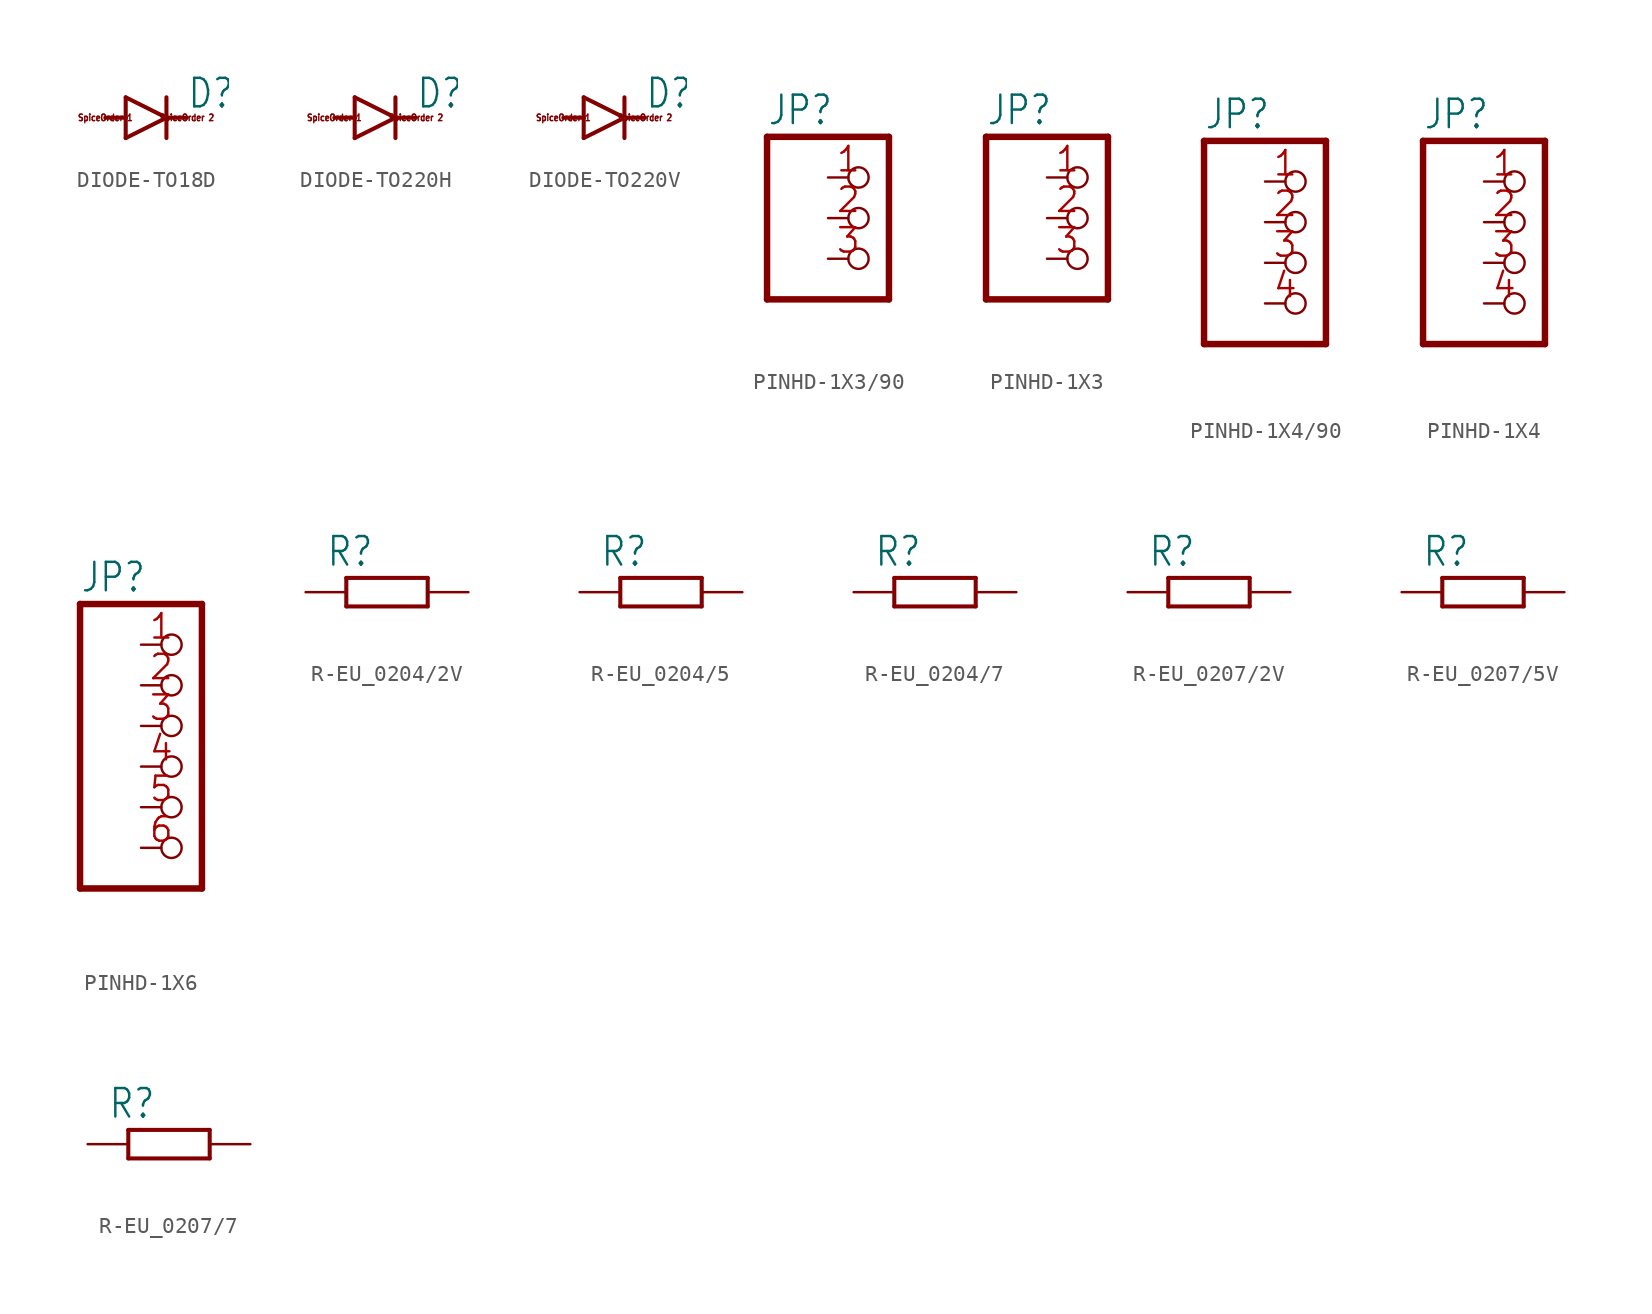
<source format=kicad_sym>
(kicad_symbol_lib
  (version 20241209)
  (generator "kicad_symbol_editor")
  (generator_version "9.0")
  (symbol "DIODE-TO18D"
    (property "Reference" "D"
      (at 2.54 0.483 0)
      (effects (font (size 1.778 1.511)) (justify left bottom)))
    (property "Value" ""
      (at 2.54 -2.311 0)
      (effects (font (size 1.778 1.511)) (justify left bottom)))
    (property "ki_locked" ""
      (at 0 0 0)
      (effects (font (size 1.27 1.27))))
    (symbol "DIODE-TO18D_1_0"
      (polyline (pts (xy -1.27 1.27) (xy -1.27 0)) (stroke (width 0.254) (type solid)) (fill (type none)))
      (polyline (pts (xy -1.27 0) (xy -2.54 0)) (stroke (width 0.254) (type solid)) (fill (type none)))
      (polyline (pts (xy -1.27 0) (xy -1.27 -1.27)) (stroke (width 0.254) (type solid)) (fill (type none)))
      (polyline (pts (xy -1.27 -1.27) (xy 1.27 0)) (stroke (width 0.254) (type solid)) (fill (type none)))
      (polyline (pts (xy 1.27 1.27) (xy 1.27 0)) (stroke (width 0.254) (type solid)) (fill (type none)))
      (polyline (pts (xy 1.27 0) (xy -1.27 1.27)) (stroke (width 0.254) (type solid)) (fill (type none)))
      (polyline (pts (xy 1.27 0) (xy 1.27 -1.27)) (stroke (width 0.254) (type solid)) (fill (type none)))
      (polyline (pts (xy 2.54 0) (xy 1.27 0)) (stroke (width 0.254) (type solid)) (fill (type none)))
      (text "SpiceOrder 1" (at -2.54 0 0) (effects (font (size 0.406 0.345))))
      (text "SpiceOrder 2" (at 2.54 0 0) (effects (font (size 0.406 0.345))))
      (pin passive line (at -2.54 0 0) (length 0) (name "A" (effects (font (size 0 0)))) (number "A" (effects (font (size 0 0)))))
      (pin passive line (at 2.54 0 180) (length 0) (name "C" (effects (font (size 0 0)))) (number "C" (effects (font (size 0 0)))))))
  (symbol "DIODE-TO220H"
    (property "Reference" "D"
      (at 2.54 0.483 0)
      (effects (font (size 1.778 1.511)) (justify left bottom)))
    (property "Value" ""
      (at 2.54 -2.311 0)
      (effects (font (size 1.778 1.511)) (justify left bottom)))
    (property "ki_locked" ""
      (at 0 0 0)
      (effects (font (size 1.27 1.27))))
    (symbol "DIODE-TO220H_1_0"
      (polyline (pts (xy -1.27 1.27) (xy -1.27 0)) (stroke (width 0.254) (type solid)) (fill (type none)))
      (polyline (pts (xy -1.27 0) (xy -2.54 0)) (stroke (width 0.254) (type solid)) (fill (type none)))
      (polyline (pts (xy -1.27 0) (xy -1.27 -1.27)) (stroke (width 0.254) (type solid)) (fill (type none)))
      (polyline (pts (xy -1.27 -1.27) (xy 1.27 0)) (stroke (width 0.254) (type solid)) (fill (type none)))
      (polyline (pts (xy 1.27 1.27) (xy 1.27 0)) (stroke (width 0.254) (type solid)) (fill (type none)))
      (polyline (pts (xy 1.27 0) (xy -1.27 1.27)) (stroke (width 0.254) (type solid)) (fill (type none)))
      (polyline (pts (xy 1.27 0) (xy 1.27 -1.27)) (stroke (width 0.254) (type solid)) (fill (type none)))
      (polyline (pts (xy 2.54 0) (xy 1.27 0)) (stroke (width 0.254) (type solid)) (fill (type none)))
      (text "SpiceOrder 1" (at -2.54 0 0) (effects (font (size 0.406 0.345))))
      (text "SpiceOrder 2" (at 2.54 0 0) (effects (font (size 0.406 0.345))))
      (pin passive line (at -2.54 0 0) (length 0) (name "A" (effects (font (size 0 0)))) (number "A" (effects (font (size 0 0)))))
      (pin passive line (at 2.54 0 180) (length 0) (name "C" (effects (font (size 0 0)))) (number "C" (effects (font (size 0 0)))))))
  (symbol "DIODE-TO220V"
    (property "Reference" "D"
      (at 2.54 0.483 0)
      (effects (font (size 1.778 1.511)) (justify left bottom)))
    (property "Value" ""
      (at 2.54 -2.311 0)
      (effects (font (size 1.778 1.511)) (justify left bottom)))
    (property "ki_locked" ""
      (at 0 0 0)
      (effects (font (size 1.27 1.27))))
    (symbol "DIODE-TO220V_1_0"
      (polyline (pts (xy -1.27 1.27) (xy -1.27 0)) (stroke (width 0.254) (type solid)) (fill (type none)))
      (polyline (pts (xy -1.27 0) (xy -2.54 0)) (stroke (width 0.254) (type solid)) (fill (type none)))
      (polyline (pts (xy -1.27 0) (xy -1.27 -1.27)) (stroke (width 0.254) (type solid)) (fill (type none)))
      (polyline (pts (xy -1.27 -1.27) (xy 1.27 0)) (stroke (width 0.254) (type solid)) (fill (type none)))
      (polyline (pts (xy 1.27 1.27) (xy 1.27 0)) (stroke (width 0.254) (type solid)) (fill (type none)))
      (polyline (pts (xy 1.27 0) (xy -1.27 1.27)) (stroke (width 0.254) (type solid)) (fill (type none)))
      (polyline (pts (xy 1.27 0) (xy 1.27 -1.27)) (stroke (width 0.254) (type solid)) (fill (type none)))
      (polyline (pts (xy 2.54 0) (xy 1.27 0)) (stroke (width 0.254) (type solid)) (fill (type none)))
      (text "SpiceOrder 1" (at -2.54 0 0) (effects (font (size 0.406 0.345))))
      (text "SpiceOrder 2" (at 2.54 0 0) (effects (font (size 0.406 0.345))))
      (pin passive line (at -2.54 0 0) (length 0) (name "A" (effects (font (size 0 0)))) (number "A" (effects (font (size 0 0)))))
      (pin passive line (at 2.54 0 180) (length 0) (name "C" (effects (font (size 0 0)))) (number "C" (effects (font (size 0 0)))))))
  (symbol "PINHD-1X3/90"
    (property "Reference" "JP"
      (at -6.35 5.715 0)
      (effects (font (size 1.778 1.511)) (justify left bottom)))
    (property "Value" ""
      (at -6.35 -7.62 0)
      (effects (font (size 1.778 1.511)) (justify left bottom)))
    (property "ki_locked" ""
      (at 0 0 0)
      (effects (font (size 1.27 1.27))))
    (symbol "PINHD-1X3/90_1_0"
      (polyline (pts (xy -6.35 5.08) (xy -6.35 -5.08)) (stroke (width 0.406) (type solid)) (fill (type none)))
      (polyline (pts (xy -6.35 -5.08) (xy 1.27 -5.08)) (stroke (width 0.406) (type solid)) (fill (type none)))
      (polyline (pts (xy 1.27 5.08) (xy -6.35 5.08)) (stroke (width 0.406) (type solid)) (fill (type none)))
      (polyline (pts (xy 1.27 -5.08) (xy 1.27 5.08)) (stroke (width 0.406) (type solid)) (fill (type none)))
      (pin passive inverted (at -2.54 2.54 0) (length 2.54) (name "1" (effects (font (size 0 0)))) (number "1" (effects (font (size 1.524 1.524)))))
      (pin passive inverted (at -2.54 0 0) (length 2.54) (name "2" (effects (font (size 0 0)))) (number "2" (effects (font (size 1.524 1.524)))))
      (pin passive inverted (at -2.54 -2.54 0) (length 2.54) (name "3" (effects (font (size 0 0)))) (number "3" (effects (font (size 1.524 1.524)))))))
  (symbol "PINHD-1X3"
    (property "Reference" "JP"
      (at -6.35 5.715 0)
      (effects (font (size 1.778 1.511)) (justify left bottom)))
    (property "Value" ""
      (at -6.35 -7.62 0)
      (effects (font (size 1.778 1.511)) (justify left bottom)))
    (property "ki_locked" ""
      (at 0 0 0)
      (effects (font (size 1.27 1.27))))
    (symbol "PINHD-1X3_1_0"
      (polyline (pts (xy -6.35 5.08) (xy -6.35 -5.08)) (stroke (width 0.406) (type solid)) (fill (type none)))
      (polyline (pts (xy -6.35 -5.08) (xy 1.27 -5.08)) (stroke (width 0.406) (type solid)) (fill (type none)))
      (polyline (pts (xy 1.27 5.08) (xy -6.35 5.08)) (stroke (width 0.406) (type solid)) (fill (type none)))
      (polyline (pts (xy 1.27 -5.08) (xy 1.27 5.08)) (stroke (width 0.406) (type solid)) (fill (type none)))
      (pin passive inverted (at -2.54 2.54 0) (length 2.54) (name "1" (effects (font (size 0 0)))) (number "1" (effects (font (size 1.524 1.524)))))
      (pin passive inverted (at -2.54 0 0) (length 2.54) (name "2" (effects (font (size 0 0)))) (number "2" (effects (font (size 1.524 1.524)))))
      (pin passive inverted (at -2.54 -2.54 0) (length 2.54) (name "3" (effects (font (size 0 0)))) (number "3" (effects (font (size 1.524 1.524)))))))
  (symbol "PINHD-1X4/90"
    (property "Reference" "JP"
      (at -6.35 8.255 0)
      (effects (font (size 1.778 1.511)) (justify left bottom)))
    (property "Value" ""
      (at -6.35 -7.62 0)
      (effects (font (size 1.778 1.511)) (justify left bottom)))
    (property "ki_locked" ""
      (at 0 0 0)
      (effects (font (size 1.27 1.27))))
    (symbol "PINHD-1X4/90_1_0"
      (polyline (pts (xy -6.35 7.62) (xy -6.35 -5.08)) (stroke (width 0.406) (type solid)) (fill (type none)))
      (polyline (pts (xy -6.35 -5.08) (xy 1.27 -5.08)) (stroke (width 0.406) (type solid)) (fill (type none)))
      (polyline (pts (xy 1.27 7.62) (xy -6.35 7.62)) (stroke (width 0.406) (type solid)) (fill (type none)))
      (polyline (pts (xy 1.27 -5.08) (xy 1.27 7.62)) (stroke (width 0.406) (type solid)) (fill (type none)))
      (pin passive inverted (at -2.54 5.08 0) (length 2.54) (name "1" (effects (font (size 0 0)))) (number "1" (effects (font (size 1.524 1.524)))))
      (pin passive inverted (at -2.54 2.54 0) (length 2.54) (name "2" (effects (font (size 0 0)))) (number "2" (effects (font (size 1.524 1.524)))))
      (pin passive inverted (at -2.54 0 0) (length 2.54) (name "3" (effects (font (size 0 0)))) (number "3" (effects (font (size 1.524 1.524)))))
      (pin passive inverted (at -2.54 -2.54 0) (length 2.54) (name "4" (effects (font (size 0 0)))) (number "4" (effects (font (size 1.524 1.524)))))))
  (symbol "PINHD-1X4"
    (property "Reference" "JP"
      (at -6.35 8.255 0)
      (effects (font (size 1.778 1.511)) (justify left bottom)))
    (property "Value" ""
      (at -6.35 -7.62 0)
      (effects (font (size 1.778 1.511)) (justify left bottom)))
    (property "ki_locked" ""
      (at 0 0 0)
      (effects (font (size 1.27 1.27))))
    (symbol "PINHD-1X4_1_0"
      (polyline (pts (xy -6.35 7.62) (xy -6.35 -5.08)) (stroke (width 0.406) (type solid)) (fill (type none)))
      (polyline (pts (xy -6.35 -5.08) (xy 1.27 -5.08)) (stroke (width 0.406) (type solid)) (fill (type none)))
      (polyline (pts (xy 1.27 7.62) (xy -6.35 7.62)) (stroke (width 0.406) (type solid)) (fill (type none)))
      (polyline (pts (xy 1.27 -5.08) (xy 1.27 7.62)) (stroke (width 0.406) (type solid)) (fill (type none)))
      (pin passive inverted (at -2.54 5.08 0) (length 2.54) (name "1" (effects (font (size 0 0)))) (number "1" (effects (font (size 1.524 1.524)))))
      (pin passive inverted (at -2.54 2.54 0) (length 2.54) (name "2" (effects (font (size 0 0)))) (number "2" (effects (font (size 1.524 1.524)))))
      (pin passive inverted (at -2.54 0 0) (length 2.54) (name "3" (effects (font (size 0 0)))) (number "3" (effects (font (size 1.524 1.524)))))
      (pin passive inverted (at -2.54 -2.54 0) (length 2.54) (name "4" (effects (font (size 0 0)))) (number "4" (effects (font (size 1.524 1.524)))))))
  (symbol "PINHD-1X6"
    (property "Reference" "JP"
      (at -6.35 10.795 0)
      (effects (font (size 1.778 1.511)) (justify left bottom)))
    (property "Value" ""
      (at -6.35 -10.16 0)
      (effects (font (size 1.778 1.511)) (justify left bottom)))
    (property "ki_locked" ""
      (at 0 0 0)
      (effects (font (size 1.27 1.27))))
    (symbol "PINHD-1X6_1_0"
      (polyline (pts (xy -6.35 10.16) (xy -6.35 -7.62)) (stroke (width 0.406) (type solid)) (fill (type none)))
      (polyline (pts (xy -6.35 -7.62) (xy 1.27 -7.62)) (stroke (width 0.406) (type solid)) (fill (type none)))
      (polyline (pts (xy 1.27 10.16) (xy -6.35 10.16)) (stroke (width 0.406) (type solid)) (fill (type none)))
      (polyline (pts (xy 1.27 -7.62) (xy 1.27 10.16)) (stroke (width 0.406) (type solid)) (fill (type none)))
      (pin passive inverted (at -2.54 7.62 0) (length 2.54) (name "1" (effects (font (size 0 0)))) (number "1" (effects (font (size 1.524 1.524)))))
      (pin passive inverted (at -2.54 5.08 0) (length 2.54) (name "2" (effects (font (size 0 0)))) (number "2" (effects (font (size 1.524 1.524)))))
      (pin passive inverted (at -2.54 2.54 0) (length 2.54) (name "3" (effects (font (size 0 0)))) (number "3" (effects (font (size 1.524 1.524)))))
      (pin passive inverted (at -2.54 0 0) (length 2.54) (name "4" (effects (font (size 0 0)))) (number "4" (effects (font (size 1.524 1.524)))))
      (pin passive inverted (at -2.54 -2.54 0) (length 2.54) (name "5" (effects (font (size 0 0)))) (number "5" (effects (font (size 1.524 1.524)))))
      (pin passive inverted (at -2.54 -5.08 0) (length 2.54) (name "6" (effects (font (size 0 0)))) (number "6" (effects (font (size 1.524 1.524)))))))
  (symbol "R-EU_0204/2V"
    (property "Reference" "R"
      (at -3.81 1.499 0)
      (effects (font (size 1.778 1.511)) (justify left bottom)))
    (property "Value" ""
      (at -3.81 -3.302 0)
      (effects (font (size 1.778 1.511)) (justify left bottom)))
    (property "ki_locked" ""
      (at 0 0 0)
      (effects (font (size 1.27 1.27))))
    (symbol "R-EU_0204/2V_1_0"
      (polyline (pts (xy -2.54 -0.889) (xy -2.54 0.889)) (stroke (width 0.254) (type solid)) (fill (type none)))
      (polyline (pts (xy -2.54 -0.889) (xy 2.54 -0.889)) (stroke (width 0.254) (type solid)) (fill (type none)))
      (polyline (pts (xy 2.54 0.889) (xy -2.54 0.889)) (stroke (width 0.254) (type solid)) (fill (type none)))
      (polyline (pts (xy 2.54 -0.889) (xy 2.54 0.889)) (stroke (width 0.254) (type solid)) (fill (type none)))
      (pin passive line (at -5.08 0 0) (length 2.54) (name "1" (effects (font (size 0 0)))) (number "1" (effects (font (size 0 0)))))
      (pin passive line (at 5.08 0 180) (length 2.54) (name "2" (effects (font (size 0 0)))) (number "2" (effects (font (size 0 0)))))))
  (symbol "R-EU_0204/5"
    (property "Reference" "R"
      (at -3.81 1.499 0)
      (effects (font (size 1.778 1.511)) (justify left bottom)))
    (property "Value" ""
      (at -3.81 -3.302 0)
      (effects (font (size 1.778 1.511)) (justify left bottom)))
    (property "ki_locked" ""
      (at 0 0 0)
      (effects (font (size 1.27 1.27))))
    (symbol "R-EU_0204/5_1_0"
      (polyline (pts (xy -2.54 -0.889) (xy -2.54 0.889)) (stroke (width 0.254) (type solid)) (fill (type none)))
      (polyline (pts (xy -2.54 -0.889) (xy 2.54 -0.889)) (stroke (width 0.254) (type solid)) (fill (type none)))
      (polyline (pts (xy 2.54 0.889) (xy -2.54 0.889)) (stroke (width 0.254) (type solid)) (fill (type none)))
      (polyline (pts (xy 2.54 -0.889) (xy 2.54 0.889)) (stroke (width 0.254) (type solid)) (fill (type none)))
      (pin passive line (at -5.08 0 0) (length 2.54) (name "1" (effects (font (size 0 0)))) (number "1" (effects (font (size 0 0)))))
      (pin passive line (at 5.08 0 180) (length 2.54) (name "2" (effects (font (size 0 0)))) (number "2" (effects (font (size 0 0)))))))
  (symbol "R-EU_0204/7"
    (property "Reference" "R"
      (at -3.81 1.499 0)
      (effects (font (size 1.778 1.511)) (justify left bottom)))
    (property "Value" ""
      (at -3.81 -3.302 0)
      (effects (font (size 1.778 1.511)) (justify left bottom)))
    (property "ki_locked" ""
      (at 0 0 0)
      (effects (font (size 1.27 1.27))))
    (symbol "R-EU_0204/7_1_0"
      (polyline (pts (xy -2.54 -0.889) (xy -2.54 0.889)) (stroke (width 0.254) (type solid)) (fill (type none)))
      (polyline (pts (xy -2.54 -0.889) (xy 2.54 -0.889)) (stroke (width 0.254) (type solid)) (fill (type none)))
      (polyline (pts (xy 2.54 0.889) (xy -2.54 0.889)) (stroke (width 0.254) (type solid)) (fill (type none)))
      (polyline (pts (xy 2.54 -0.889) (xy 2.54 0.889)) (stroke (width 0.254) (type solid)) (fill (type none)))
      (pin passive line (at -5.08 0 0) (length 2.54) (name "1" (effects (font (size 0 0)))) (number "1" (effects (font (size 0 0)))))
      (pin passive line (at 5.08 0 180) (length 2.54) (name "2" (effects (font (size 0 0)))) (number "2" (effects (font (size 0 0)))))))
  (symbol "R-EU_0207/2V"
    (property "Reference" "R"
      (at -3.81 1.499 0)
      (effects (font (size 1.778 1.511)) (justify left bottom)))
    (property "Value" ""
      (at -3.81 -3.302 0)
      (effects (font (size 1.778 1.511)) (justify left bottom)))
    (property "ki_locked" ""
      (at 0 0 0)
      (effects (font (size 1.27 1.27))))
    (symbol "R-EU_0207/2V_1_0"
      (polyline (pts (xy -2.54 -0.889) (xy -2.54 0.889)) (stroke (width 0.254) (type solid)) (fill (type none)))
      (polyline (pts (xy -2.54 -0.889) (xy 2.54 -0.889)) (stroke (width 0.254) (type solid)) (fill (type none)))
      (polyline (pts (xy 2.54 0.889) (xy -2.54 0.889)) (stroke (width 0.254) (type solid)) (fill (type none)))
      (polyline (pts (xy 2.54 -0.889) (xy 2.54 0.889)) (stroke (width 0.254) (type solid)) (fill (type none)))
      (pin passive line (at -5.08 0 0) (length 2.54) (name "1" (effects (font (size 0 0)))) (number "1" (effects (font (size 0 0)))))
      (pin passive line (at 5.08 0 180) (length 2.54) (name "2" (effects (font (size 0 0)))) (number "2" (effects (font (size 0 0)))))))
  (symbol "R-EU_0207/5V"
    (property "Reference" "R"
      (at -3.81 1.499 0)
      (effects (font (size 1.778 1.511)) (justify left bottom)))
    (property "Value" ""
      (at -3.81 -3.302 0)
      (effects (font (size 1.778 1.511)) (justify left bottom)))
    (property "ki_locked" ""
      (at 0 0 0)
      (effects (font (size 1.27 1.27))))
    (symbol "R-EU_0207/5V_1_0"
      (polyline (pts (xy -2.54 -0.889) (xy -2.54 0.889)) (stroke (width 0.254) (type solid)) (fill (type none)))
      (polyline (pts (xy -2.54 -0.889) (xy 2.54 -0.889)) (stroke (width 0.254) (type solid)) (fill (type none)))
      (polyline (pts (xy 2.54 0.889) (xy -2.54 0.889)) (stroke (width 0.254) (type solid)) (fill (type none)))
      (polyline (pts (xy 2.54 -0.889) (xy 2.54 0.889)) (stroke (width 0.254) (type solid)) (fill (type none)))
      (pin passive line (at -5.08 0 0) (length 2.54) (name "1" (effects (font (size 0 0)))) (number "1" (effects (font (size 0 0)))))
      (pin passive line (at 5.08 0 180) (length 2.54) (name "2" (effects (font (size 0 0)))) (number "2" (effects (font (size 0 0)))))))
  (symbol "R-EU_0207/7"
    (property "Reference" "R"
      (at -3.81 1.499 0)
      (effects (font (size 1.778 1.511)) (justify left bottom)))
    (property "Value" ""
      (at -3.81 -3.302 0)
      (effects (font (size 1.778 1.511)) (justify left bottom)))
    (property "ki_locked" ""
      (at 0 0 0)
      (effects (font (size 1.27 1.27))))
    (symbol "R-EU_0207/7_1_0"
      (polyline (pts (xy -2.54 -0.889) (xy -2.54 0.889)) (stroke (width 0.254) (type solid)) (fill (type none)))
      (polyline (pts (xy -2.54 -0.889) (xy 2.54 -0.889)) (stroke (width 0.254) (type solid)) (fill (type none)))
      (polyline (pts (xy 2.54 0.889) (xy -2.54 0.889)) (stroke (width 0.254) (type solid)) (fill (type none)))
      (polyline (pts (xy 2.54 -0.889) (xy 2.54 0.889)) (stroke (width 0.254) (type solid)) (fill (type none)))
      (pin passive line (at -5.08 0 0) (length 2.54) (name "1" (effects (font (size 0 0)))) (number "1" (effects (font (size 0 0)))))
      (pin passive line (at 5.08 0 180) (length 2.54) (name "2" (effects (font (size 0 0)))) (number "2" (effects (font (size 0 0))))))))
</source>
